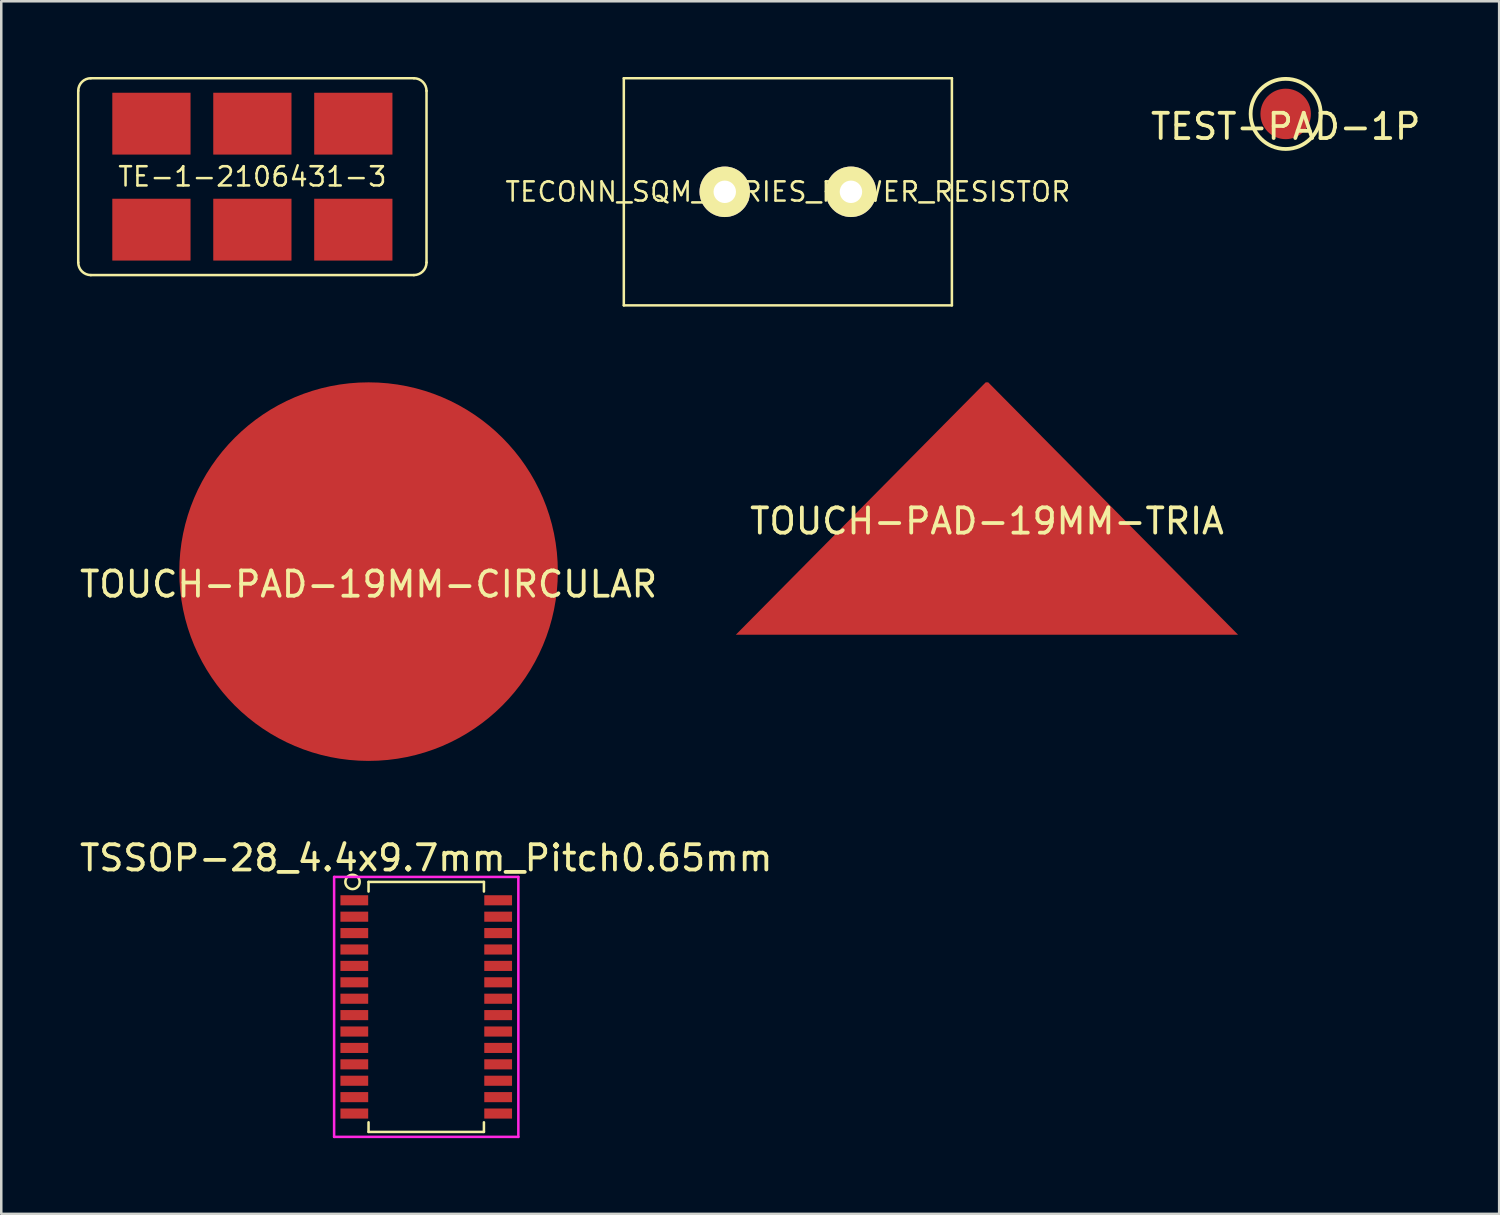
<source format=kicad_pcb>
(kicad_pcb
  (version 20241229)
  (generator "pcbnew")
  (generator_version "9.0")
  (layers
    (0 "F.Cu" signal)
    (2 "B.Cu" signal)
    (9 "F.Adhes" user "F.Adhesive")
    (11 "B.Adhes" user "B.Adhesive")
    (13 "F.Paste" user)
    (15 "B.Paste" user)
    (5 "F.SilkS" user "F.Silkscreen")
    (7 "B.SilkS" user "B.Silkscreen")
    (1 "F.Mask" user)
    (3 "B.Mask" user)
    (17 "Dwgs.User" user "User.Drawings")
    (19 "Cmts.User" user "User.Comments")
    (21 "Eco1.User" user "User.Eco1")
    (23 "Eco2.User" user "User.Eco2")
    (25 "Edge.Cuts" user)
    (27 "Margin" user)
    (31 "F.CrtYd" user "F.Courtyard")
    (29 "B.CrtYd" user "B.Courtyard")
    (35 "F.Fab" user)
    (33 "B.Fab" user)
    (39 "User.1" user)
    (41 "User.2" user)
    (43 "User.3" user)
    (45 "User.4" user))
  (footprint "TE-1-2106431-3"
    (layer "F.Cu")
    (at 6.95 3.95)
    (property "Reference" "TE-1-2106431-3" (at 0 0 0) (layer "F.SilkS") (effects (font (size 0.762 0.762) (thickness 0.1))))
    (attr through_hole)
    (fp_line (start -6.9 -3.4) (end -6.9 3.4) (stroke (width 0.1) (type solid)) (layer "F.SilkS"))
    (fp_line (start -6.4 3.9) (end 6.4 3.9) (stroke (width 0.1) (type solid)) (layer "F.SilkS"))
    (fp_line (start 6.4 -3.9) (end -6.4 -3.9) (stroke (width 0.1) (type solid)) (layer "F.SilkS"))
    (fp_line (start 6.9 3.4) (end 6.9 -3.4) (stroke (width 0.1) (type solid)) (layer "F.SilkS"))
    (fp_arc (start -6.9 -3.4) (mid -6.753553 -3.753553) (end -6.4 -3.9) (stroke (width 0.1) (type solid)) (layer "F.SilkS"))
    (fp_arc (start -6.4 3.9) (mid -6.753553 3.753553) (end -6.9 3.4) (stroke (width 0.1) (type solid)) (layer "F.SilkS"))
    (fp_arc (start 6.4 -3.9) (mid 6.753553 -3.753553) (end 6.9 -3.4) (stroke (width 0.1) (type solid)) (layer "F.SilkS"))
    (fp_arc (start 6.9 3.4) (mid 6.753553 3.753553) (end 6.4 3.9) (stroke (width 0.1) (type solid)) (layer "F.SilkS"))
    (pad "1" smd rect (at -4 -2.1) (size 3.1 2.45) (layers "F.Cu" "F.Mask" "F.Paste"))
    (pad "1" smd rect (at -4 2.1) (size 3.1 2.45) (layers "F.Cu" "F.Mask" "F.Paste"))
    (pad "2" smd rect (at 0 -2.1) (size 3.1 2.45) (layers "F.Cu" "F.Mask" "F.Paste"))
    (pad "2" smd rect (at 0 2.1) (size 3.1 2.45) (layers "F.Cu" "F.Mask" "F.Paste"))
    (pad "3" smd rect (at 4 -2.1) (size 3.1 2.45) (layers "F.Cu" "F.Mask" "F.Paste"))
    (pad "3" smd rect (at 4 2.1) (size 3.1 2.45) (layers "F.Cu" "F.Mask" "F.Paste")))
  (footprint "TECONN_SQM_SERIES_POWER_RESISTOR"
    (layer "F.Cu")
    (at 28.168 4.55)
    (property "Reference" "TECONN_SQM_SERIES_POWER_RESISTOR" (at 0 0 0) (layer "F.SilkS") (effects (font (size 0.762 0.762) (thickness 0.1))))
    (attr through_hole)
    (fp_line (start -6.5 -4.5) (end -6.5 4.5) (stroke (width 0.1) (type solid)) (layer "F.SilkS"))
    (fp_line (start -6.5 -4.5) (end 6.5 -4.5) (stroke (width 0.1) (type solid)) (layer "F.SilkS"))
    (fp_line (start -6.5 4.5) (end 6.5 4.5) (stroke (width 0.1) (type solid)) (layer "F.SilkS"))
    (fp_line (start 6.5 -4.5) (end 6.5 4.5) (stroke (width 0.1) (type solid)) (layer "F.SilkS"))
    (pad "1" thru_hole circle (at -2.5 0) (size 2 2) (drill 0.889) (layers "*.Cu" "*.Mask" "F.SilkS"))
    (pad "2" thru_hole circle (at 2.5 0) (size 2 2) (drill 0.889) (layers "*.Cu" "*.Mask" "F.SilkS")))
  (footprint "TOUCH-PAD-19MM-TRIA"
    (layer "F.Cu")
    (at 36.057 17.1)
    (property "Reference" "TOUCH-PAD-19MM-TRIA" (at 0 0.5 0) (layer "F.SilkS") (effects (font (size 1 1) (thickness 0.15))))
    (attr through_hole)
    (pad "1" smd trapezoid (at 0 0) (size 10 10) (rect_delta 0 9.9) (layers "F.Cu" "F.Mask")))
  (footprint "TEST-PAD-1P"
    (layer "F.Cu")
    (at 47.894 1.464)
    (property "Reference" "TEST-PAD-1P" (at 0 0.5 0) (layer "F.SilkS") (effects (font (size 1 1) (thickness 0.15))))
    (attr through_hole)
    (fp_circle (center 0 0) (end 1.2 0.7) (stroke (width 0.15) (type solid)) (fill no) (layer "F.SilkS"))
    (pad "1" smd circle (at 0 0) (size 2 2) (layers "F.Cu" "F.Mask")))
  (footprint "TOUCH-PAD-19MM-CIRCULAR"
    (layer "F.Cu")
    (at 11.554 19.6)
    (property "Reference" "TOUCH-PAD-19MM-CIRCULAR" (at 0 0.5 0) (layer "F.SilkS") (effects (font (size 1 1) (thickness 0.15))))
    (attr through_hole)
    (pad "1" smd circle (at 0 0) (size 15 15) (layers "F.Cu" "F.Mask")))
  (footprint "TSSOP-28_4.4x9.7mm_Pitch0.65mm"
    (layer "F.Cu")
    (at 13.839 36.848)
    (property "Reference" "TSSOP-28_4.4x9.7mm_Pitch0.65mm" (at 0 -5.9 0) (layer "F.SilkS") (effects (font (size 1 1) (thickness 0.15))))
    (attr smd)
    (fp_line (start -2.286 -4.953) (end 2.286 -4.953) (stroke (width 0.1) (type solid)) (layer "F.SilkS"))
    (fp_line (start -2.286 -4.572) (end -2.286 -4.953) (stroke (width 0.1) (type solid)) (layer "F.SilkS"))
    (fp_line (start -2.286 4.572) (end -2.286 4.953) (stroke (width 0.1) (type solid)) (layer "F.SilkS"))
    (fp_line (start -2.286 4.953) (end 2.286 4.953) (stroke (width 0.1) (type solid)) (layer "F.SilkS"))
    (fp_line (start 2.286 -4.953) (end 2.286 -4.572) (stroke (width 0.1) (type solid)) (layer "F.SilkS"))
    (fp_line (start 2.286 4.953) (end 2.286 4.572) (stroke (width 0.1) (type solid)) (layer "F.SilkS"))
    (fp_circle (center -2.921 -4.953) (end -3.175 -5.08) (stroke (width 0.1) (type solid)) (fill no) (layer "F.SilkS"))
    (fp_line (start -3.65 -5.15) (end -3.65 5.15) (stroke (width 0.1) (type solid)) (layer "F.CrtYd"))
    (fp_line (start -3.65 -5.15) (end 3.65 -5.15) (stroke (width 0.1) (type solid)) (layer "F.CrtYd"))
    (fp_line (start -3.65 5.15) (end 3.65 5.15) (stroke (width 0.1) (type solid)) (layer "F.CrtYd"))
    (fp_line (start 3.65 -5.15) (end 3.65 5.15) (stroke (width 0.1) (type solid)) (layer "F.CrtYd"))
    (pad "1" smd rect (at -2.85 -4.225) (size 1.1 0.4) (layers "F.Cu" "F.Mask" "F.Paste"))
    (pad "2" smd rect (at -2.85 -3.575) (size 1.1 0.4) (layers "F.Cu" "F.Mask" "F.Paste"))
    (pad "3" smd rect (at -2.85 -2.925) (size 1.1 0.4) (layers "F.Cu" "F.Mask" "F.Paste"))
    (pad "4" smd rect (at -2.85 -2.275) (size 1.1 0.4) (layers "F.Cu" "F.Mask" "F.Paste"))
    (pad "5" smd rect (at -2.85 -1.625) (size 1.1 0.4) (layers "F.Cu" "F.Mask" "F.Paste"))
    (pad "6" smd rect (at -2.85 -0.975) (size 1.1 0.4) (layers "F.Cu" "F.Mask" "F.Paste"))
    (pad "7" smd rect (at -2.85 -0.325) (size 1.1 0.4) (layers "F.Cu" "F.Mask" "F.Paste"))
    (pad "8" smd rect (at -2.85 0.325) (size 1.1 0.4) (layers "F.Cu" "F.Mask" "F.Paste"))
    (pad "9" smd rect (at -2.85 0.975) (size 1.1 0.4) (layers "F.Cu" "F.Mask" "F.Paste"))
    (pad "10" smd rect (at -2.85 1.625) (size 1.1 0.4) (layers "F.Cu" "F.Mask" "F.Paste"))
    (pad "11" smd rect (at -2.85 2.275) (size 1.1 0.4) (layers "F.Cu" "F.Mask" "F.Paste"))
    (pad "12" smd rect (at -2.85 2.925) (size 1.1 0.4) (layers "F.Cu" "F.Mask" "F.Paste"))
    (pad "13" smd rect (at -2.85 3.575) (size 1.1 0.4) (layers "F.Cu" "F.Mask" "F.Paste"))
    (pad "14" smd rect (at -2.85 4.225) (size 1.1 0.4) (layers "F.Cu" "F.Mask" "F.Paste"))
    (pad "15" smd rect (at 2.85 4.225) (size 1.1 0.4) (layers "F.Cu" "F.Mask" "F.Paste"))
    (pad "16" smd rect (at 2.85 3.575) (size 1.1 0.4) (layers "F.Cu" "F.Mask" "F.Paste"))
    (pad "17" smd rect (at 2.85 2.925) (size 1.1 0.4) (layers "F.Cu" "F.Mask" "F.Paste"))
    (pad "18" smd rect (at 2.85 2.275) (size 1.1 0.4) (layers "F.Cu" "F.Mask" "F.Paste"))
    (pad "19" smd rect (at 2.85 1.625) (size 1.1 0.4) (layers "F.Cu" "F.Mask" "F.Paste"))
    (pad "20" smd rect (at 2.85 0.975) (size 1.1 0.4) (layers "F.Cu" "F.Mask" "F.Paste"))
    (pad "21" smd rect (at 2.85 0.325) (size 1.1 0.4) (layers "F.Cu" "F.Mask" "F.Paste"))
    (pad "22" smd rect (at 2.85 -0.325) (size 1.1 0.4) (layers "F.Cu" "F.Mask" "F.Paste"))
    (pad "23" smd rect (at 2.85 -0.975) (size 1.1 0.4) (layers "F.Cu" "F.Mask" "F.Paste"))
    (pad "24" smd rect (at 2.85 -1.625) (size 1.1 0.4) (layers "F.Cu" "F.Mask" "F.Paste"))
    (pad "25" smd rect (at 2.85 -2.275) (size 1.1 0.4) (layers "F.Cu" "F.Mask" "F.Paste"))
    (pad "26" smd rect (at 2.85 -2.925) (size 1.1 0.4) (layers "F.Cu" "F.Mask" "F.Paste"))
    (pad "27" smd rect (at 2.85 -3.575) (size 1.1 0.4) (layers "F.Cu" "F.Mask" "F.Paste"))
    (pad "28" smd rect (at 2.85 -4.225) (size 1.1 0.4) (layers "F.Cu" "F.Mask" "F.Paste")))
  (gr_rect
    (start -3 -3)
    (end 56.353 45.048)
    (stroke (width 0.1) (type default))
    (fill no)
    (layer "Edge.Cuts")))
</source>
